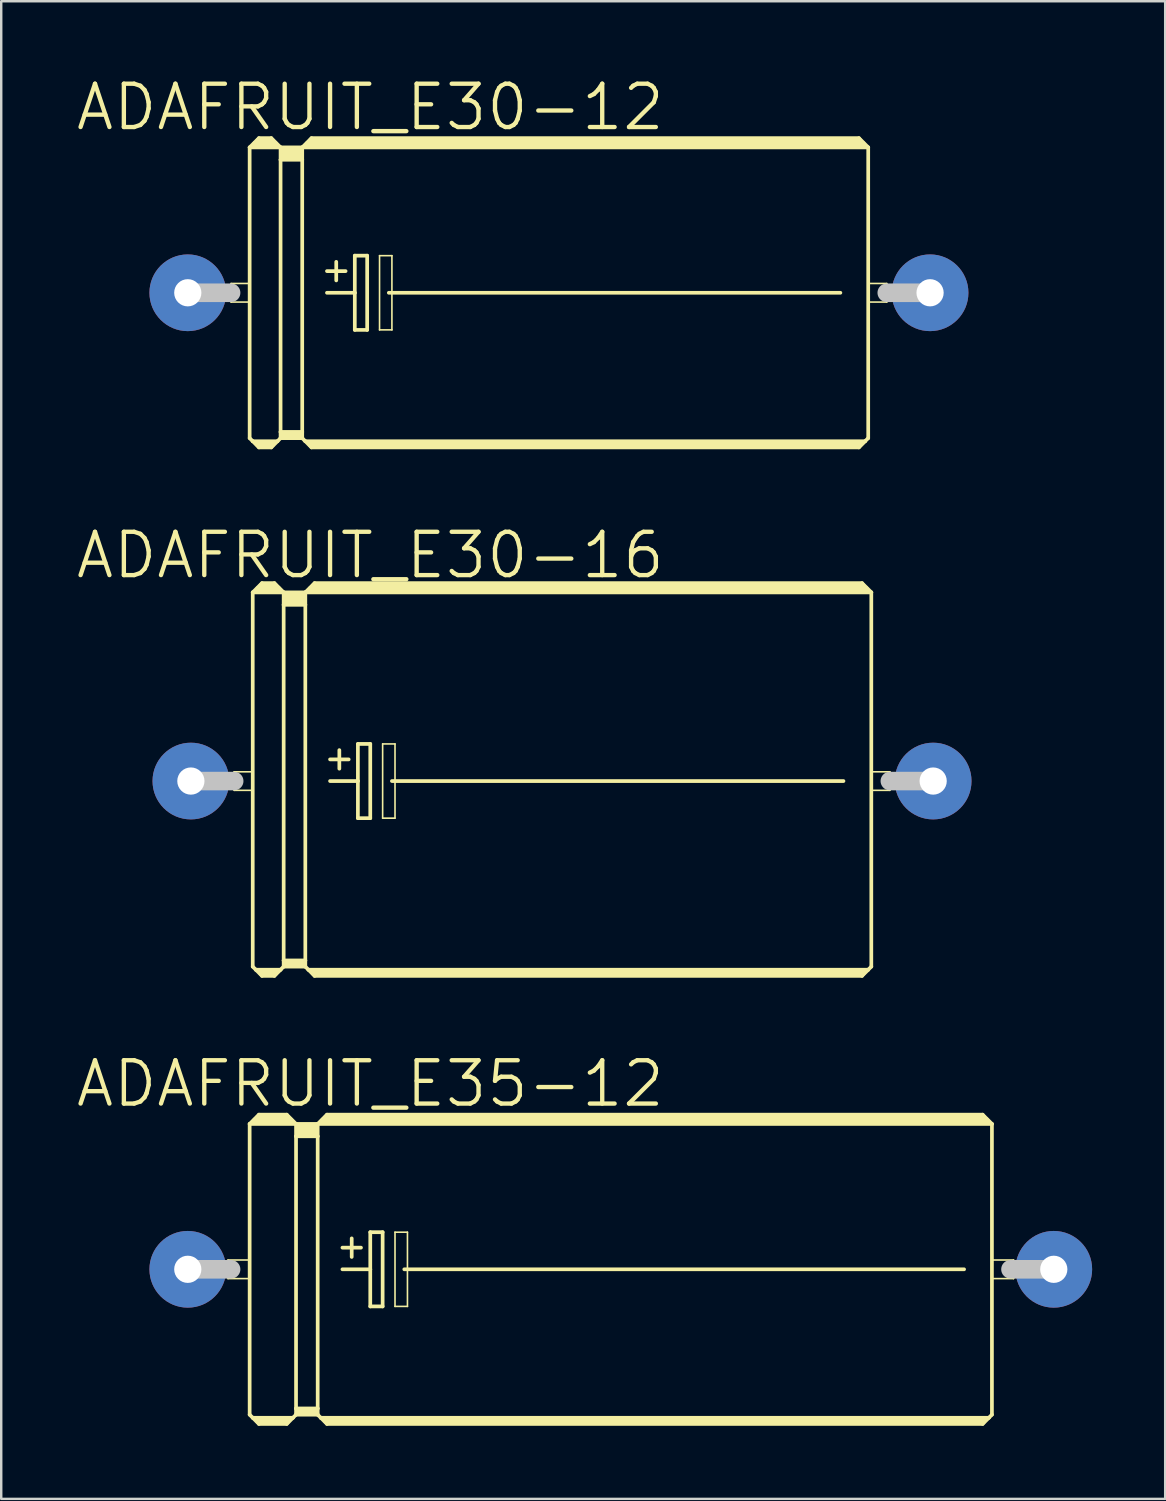
<source format=kicad_pcb>
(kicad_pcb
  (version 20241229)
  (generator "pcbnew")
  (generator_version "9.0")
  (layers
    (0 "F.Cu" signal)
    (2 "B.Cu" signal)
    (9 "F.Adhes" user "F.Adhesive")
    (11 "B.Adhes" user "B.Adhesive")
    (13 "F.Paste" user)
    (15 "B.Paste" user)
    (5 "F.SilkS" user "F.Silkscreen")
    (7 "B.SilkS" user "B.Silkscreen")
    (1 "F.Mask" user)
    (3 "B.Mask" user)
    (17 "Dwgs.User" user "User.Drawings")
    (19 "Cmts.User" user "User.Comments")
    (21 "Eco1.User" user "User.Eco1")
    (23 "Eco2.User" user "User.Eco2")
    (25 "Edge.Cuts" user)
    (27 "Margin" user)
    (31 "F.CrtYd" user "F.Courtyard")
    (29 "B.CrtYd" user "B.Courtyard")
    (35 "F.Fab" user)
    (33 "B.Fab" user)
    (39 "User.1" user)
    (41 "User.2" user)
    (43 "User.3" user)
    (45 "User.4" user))
  (footprint "ADAFRUIT_E35-12"
    (layer "F.Cu")
    (at 22.441 49.071)
    (property "Reference" "ADAFRUIT_E35-12" (at -10.287 -7.62 0) (layer "F.SilkS") (effects (font (size 1.778 1.778) (thickness 0.178))))
    (attr exclude_from_pos_files exclude_from_bom)
    (fp_line (start -16.129 -0.381) (end -15.24 -0.381) (stroke (width 0.066) (type solid)) (layer "F.SilkS"))
    (fp_line (start -16.129 0.381) (end -16.129 -0.381) (stroke (width 0.066) (type solid)) (layer "F.SilkS"))
    (fp_line (start -16.129 0.381) (end -15.24 0.381) (stroke (width 0.066) (type solid)) (layer "F.SilkS"))
    (fp_line (start -15.24 -5.969) (end -15.24 5.969) (stroke (width 0.152) (type solid)) (layer "F.SilkS"))
    (fp_line (start -15.24 -5.969) (end -14.859 -6.35) (stroke (width 0.152) (type solid)) (layer "F.SilkS"))
    (fp_line (start -15.24 -5.969) (end -13.335 -5.969) (stroke (width 0.152) (type solid)) (layer "F.SilkS"))
    (fp_line (start -15.24 0.381) (end -15.24 -0.381) (stroke (width 0.066) (type solid)) (layer "F.SilkS"))
    (fp_line (start -15.24 5.969) (end -15.113 6.096) (stroke (width 0.152) (type solid)) (layer "F.SilkS"))
    (fp_line (start -15.113 6.096) (end -14.859 6.35) (stroke (width 0.152) (type solid)) (layer "F.SilkS"))
    (fp_line (start -15.113 6.096) (end -13.462 6.096) (stroke (width 0.152) (type solid)) (layer "F.SilkS"))
    (fp_line (start -14.986 -6.096) (end -13.589 -6.096) (stroke (width 0.305) (type solid)) (layer "F.SilkS"))
    (fp_line (start -14.859 -6.35) (end -13.716 -6.35) (stroke (width 0.152) (type solid)) (layer "F.SilkS"))
    (fp_line (start -14.859 -6.223) (end -13.716 -6.223) (stroke (width 0.305) (type solid)) (layer "F.SilkS"))
    (fp_line (start -14.859 6.223) (end -13.716 6.223) (stroke (width 0.305) (type solid)) (layer "F.SilkS"))
    (fp_line (start -14.859 6.35) (end -13.716 6.35) (stroke (width 0.152) (type solid)) (layer "F.SilkS"))
    (fp_line (start -13.462 6.096) (end -13.716 6.35) (stroke (width 0.152) (type solid)) (layer "F.SilkS"))
    (fp_line (start -13.335 -5.969) (end -13.716 -6.35) (stroke (width 0.152) (type solid)) (layer "F.SilkS"))
    (fp_line (start -13.335 -5.969) (end -13.335 -5.461) (stroke (width 0.152) (type solid)) (layer "F.SilkS"))
    (fp_line (start -13.335 -5.969) (end -12.446 -5.969) (stroke (width 0.152) (type solid)) (layer "F.SilkS"))
    (fp_line (start -13.335 -5.461) (end -13.335 5.715) (stroke (width 0.152) (type solid)) (layer "F.SilkS"))
    (fp_line (start -13.335 -5.461) (end -12.446 -5.461) (stroke (width 0.152) (type solid)) (layer "F.SilkS"))
    (fp_line (start -13.335 5.715) (end -13.335 5.969) (stroke (width 0.152) (type solid)) (layer "F.SilkS"))
    (fp_line (start -13.335 5.715) (end -12.446 5.715) (stroke (width 0.152) (type solid)) (layer "F.SilkS"))
    (fp_line (start -13.335 5.969) (end -13.462 6.096) (stroke (width 0.152) (type solid)) (layer "F.SilkS"))
    (fp_line (start -13.335 5.969) (end -12.446 5.969) (stroke (width 0.152) (type solid)) (layer "F.SilkS"))
    (fp_line (start -13.208 -5.842) (end -12.573 -5.842) (stroke (width 0.305) (type solid)) (layer "F.SilkS"))
    (fp_line (start -13.208 -5.588) (end -12.573 -5.588) (stroke (width 0.305) (type solid)) (layer "F.SilkS"))
    (fp_line (start -13.208 5.842) (end -12.573 5.842) (stroke (width 0.305) (type solid)) (layer "F.SilkS"))
    (fp_line (start -12.446 -5.969) (end -12.446 -5.461) (stroke (width 0.152) (type solid)) (layer "F.SilkS"))
    (fp_line (start -12.446 -5.969) (end -12.065 -6.35) (stroke (width 0.152) (type solid)) (layer "F.SilkS"))
    (fp_line (start -12.446 -5.969) (end 15.24 -5.969) (stroke (width 0.152) (type solid)) (layer "F.SilkS"))
    (fp_line (start -12.446 -5.461) (end -12.446 5.715) (stroke (width 0.152) (type solid)) (layer "F.SilkS"))
    (fp_line (start -12.446 5.715) (end -12.446 5.969) (stroke (width 0.152) (type solid)) (layer "F.SilkS"))
    (fp_line (start -12.319 6.096) (end -12.446 5.969) (stroke (width 0.152) (type solid)) (layer "F.SilkS"))
    (fp_line (start -12.319 6.096) (end 15.113 6.096) (stroke (width 0.152) (type solid)) (layer "F.SilkS"))
    (fp_line (start -12.192 -6.096) (end 14.986 -6.096) (stroke (width 0.305) (type solid)) (layer "F.SilkS"))
    (fp_line (start -12.065 -6.223) (end 14.859 -6.223) (stroke (width 0.305) (type solid)) (layer "F.SilkS"))
    (fp_line (start -12.065 6.223) (end 14.859 6.223) (stroke (width 0.305) (type solid)) (layer "F.SilkS"))
    (fp_line (start -12.065 6.35) (end -12.319 6.096) (stroke (width 0.152) (type solid)) (layer "F.SilkS"))
    (fp_line (start -11.43 -0.889) (end -10.668 -0.889) (stroke (width 0.152) (type solid)) (layer "F.SilkS"))
    (fp_line (start -11.43 0) (end -10.287 0) (stroke (width 0.152) (type solid)) (layer "F.SilkS"))
    (fp_line (start -11.049 -1.27) (end -11.049 -0.508) (stroke (width 0.152) (type solid)) (layer "F.SilkS"))
    (fp_line (start -10.287 -1.524) (end -10.287 0) (stroke (width 0.152) (type solid)) (layer "F.SilkS"))
    (fp_line (start -10.287 0) (end -10.287 1.524) (stroke (width 0.152) (type solid)) (layer "F.SilkS"))
    (fp_line (start -10.287 1.524) (end -9.779 1.524) (stroke (width 0.152) (type solid)) (layer "F.SilkS"))
    (fp_line (start -9.779 -1.524) (end -10.287 -1.524) (stroke (width 0.152) (type solid)) (layer "F.SilkS"))
    (fp_line (start -9.779 1.524) (end -9.779 -1.524) (stroke (width 0.152) (type solid)) (layer "F.SilkS"))
    (fp_line (start -9.271 -1.524) (end -8.76 -1.524) (stroke (width 0.066) (type solid)) (layer "F.SilkS"))
    (fp_line (start -9.271 1.524) (end -9.271 -1.524) (stroke (width 0.066) (type solid)) (layer "F.SilkS"))
    (fp_line (start -9.271 1.524) (end -8.76 1.524) (stroke (width 0.066) (type solid)) (layer "F.SilkS"))
    (fp_line (start -8.89 0) (end 14.097 0) (stroke (width 0.152) (type solid)) (layer "F.SilkS"))
    (fp_line (start -8.76 1.524) (end -8.76 -1.524) (stroke (width 0.066) (type solid)) (layer "F.SilkS"))
    (fp_line (start 14.859 -6.35) (end -12.065 -6.35) (stroke (width 0.152) (type solid)) (layer "F.SilkS"))
    (fp_line (start 14.859 6.35) (end -12.065 6.35) (stroke (width 0.152) (type solid)) (layer "F.SilkS"))
    (fp_line (start 15.113 6.096) (end 14.859 6.35) (stroke (width 0.152) (type solid)) (layer "F.SilkS"))
    (fp_line (start 15.24 -5.969) (end 14.859 -6.35) (stroke (width 0.152) (type solid)) (layer "F.SilkS"))
    (fp_line (start 15.24 -5.969) (end 15.24 5.969) (stroke (width 0.152) (type solid)) (layer "F.SilkS"))
    (fp_line (start 15.24 -0.381) (end 16.129 -0.381) (stroke (width 0.066) (type solid)) (layer "F.SilkS"))
    (fp_line (start 15.24 0.381) (end 15.24 -0.381) (stroke (width 0.066) (type solid)) (layer "F.SilkS"))
    (fp_line (start 15.24 0.381) (end 16.129 0.381) (stroke (width 0.066) (type solid)) (layer "F.SilkS"))
    (fp_line (start 15.24 5.969) (end 15.113 6.096) (stroke (width 0.152) (type solid)) (layer "F.SilkS"))
    (fp_line (start 16.129 0.381) (end 16.129 -0.381) (stroke (width 0.066) (type solid)) (layer "F.SilkS"))
    (fp_line (start -17.78 0) (end -16.002 0) (stroke (width 0.762) (type solid)) (layer "Dwgs.User"))
    (fp_line (start 17.78 0) (end 16.002 0) (stroke (width 0.762) (type solid)) (layer "Dwgs.User"))
    (pad "+" thru_hole circle (at -17.78 0) (size 3.15 3.15) (drill 1.118) (layers "*.Cu" "*.Paste" "*.Mask"))
    (pad "-" thru_hole circle (at 17.78 0) (size 3.15 3.15) (drill 1.118) (layers "*.Cu" "*.Paste" "*.Mask")))
  (footprint "ADAFRUIT_E30-12"
    (layer "F.Cu")
    (at 19.901 8.972)
    (property "Reference" "ADAFRUIT_E30-12" (at -7.747 -7.62 0) (layer "F.SilkS") (effects (font (size 1.778 1.778) (thickness 0.178))))
    (attr exclude_from_pos_files exclude_from_bom)
    (fp_line (start -13.462 -0.381) (end -12.7 -0.381) (stroke (width 0.066) (type solid)) (layer "F.SilkS"))
    (fp_line (start -13.462 0.381) (end -13.462 -0.381) (stroke (width 0.066) (type solid)) (layer "F.SilkS"))
    (fp_line (start -13.462 0.381) (end -12.7 0.381) (stroke (width 0.066) (type solid)) (layer "F.SilkS"))
    (fp_line (start -12.7 -5.969) (end -12.7 5.969) (stroke (width 0.152) (type solid)) (layer "F.SilkS"))
    (fp_line (start -12.7 -5.969) (end -12.319 -6.35) (stroke (width 0.152) (type solid)) (layer "F.SilkS"))
    (fp_line (start -12.7 -5.969) (end -11.43 -5.969) (stroke (width 0.152) (type solid)) (layer "F.SilkS"))
    (fp_line (start -12.7 0.381) (end -12.7 -0.381) (stroke (width 0.066) (type solid)) (layer "F.SilkS"))
    (fp_line (start -12.7 5.969) (end -12.573 6.096) (stroke (width 0.152) (type solid)) (layer "F.SilkS"))
    (fp_line (start -12.573 6.096) (end -12.319 6.35) (stroke (width 0.152) (type solid)) (layer "F.SilkS"))
    (fp_line (start -12.573 6.096) (end -11.557 6.096) (stroke (width 0.152) (type solid)) (layer "F.SilkS"))
    (fp_line (start -12.446 -6.096) (end -11.684 -6.096) (stroke (width 0.305) (type solid)) (layer "F.SilkS"))
    (fp_line (start -12.319 -6.35) (end -11.811 -6.35) (stroke (width 0.152) (type solid)) (layer "F.SilkS"))
    (fp_line (start -12.319 -6.223) (end -11.811 -6.223) (stroke (width 0.305) (type solid)) (layer "F.SilkS"))
    (fp_line (start -12.319 6.223) (end -11.811 6.223) (stroke (width 0.305) (type solid)) (layer "F.SilkS"))
    (fp_line (start -12.319 6.35) (end -11.811 6.35) (stroke (width 0.152) (type solid)) (layer "F.SilkS"))
    (fp_line (start -11.557 6.096) (end -11.811 6.35) (stroke (width 0.152) (type solid)) (layer "F.SilkS"))
    (fp_line (start -11.43 -5.969) (end -11.811 -6.35) (stroke (width 0.152) (type solid)) (layer "F.SilkS"))
    (fp_line (start -11.43 -5.969) (end -11.43 -5.461) (stroke (width 0.152) (type solid)) (layer "F.SilkS"))
    (fp_line (start -11.43 -5.969) (end -10.541 -5.969) (stroke (width 0.152) (type solid)) (layer "F.SilkS"))
    (fp_line (start -11.43 -5.461) (end -11.43 5.715) (stroke (width 0.152) (type solid)) (layer "F.SilkS"))
    (fp_line (start -11.43 -5.461) (end -10.541 -5.461) (stroke (width 0.152) (type solid)) (layer "F.SilkS"))
    (fp_line (start -11.43 5.715) (end -11.43 5.969) (stroke (width 0.152) (type solid)) (layer "F.SilkS"))
    (fp_line (start -11.43 5.715) (end -10.541 5.715) (stroke (width 0.152) (type solid)) (layer "F.SilkS"))
    (fp_line (start -11.43 5.969) (end -11.557 6.096) (stroke (width 0.152) (type solid)) (layer "F.SilkS"))
    (fp_line (start -11.43 5.969) (end -10.541 5.969) (stroke (width 0.152) (type solid)) (layer "F.SilkS"))
    (fp_line (start -11.303 -5.842) (end -10.668 -5.842) (stroke (width 0.305) (type solid)) (layer "F.SilkS"))
    (fp_line (start -11.303 -5.588) (end -10.668 -5.588) (stroke (width 0.305) (type solid)) (layer "F.SilkS"))
    (fp_line (start -11.303 5.842) (end -10.668 5.842) (stroke (width 0.305) (type solid)) (layer "F.SilkS"))
    (fp_line (start -10.541 -5.969) (end -10.541 -5.461) (stroke (width 0.152) (type solid)) (layer "F.SilkS"))
    (fp_line (start -10.541 -5.969) (end -10.16 -6.35) (stroke (width 0.152) (type solid)) (layer "F.SilkS"))
    (fp_line (start -10.541 -5.969) (end 12.7 -5.969) (stroke (width 0.152) (type solid)) (layer "F.SilkS"))
    (fp_line (start -10.541 -5.461) (end -10.541 5.715) (stroke (width 0.152) (type solid)) (layer "F.SilkS"))
    (fp_line (start -10.541 5.715) (end -10.541 5.969) (stroke (width 0.152) (type solid)) (layer "F.SilkS"))
    (fp_line (start -10.414 6.096) (end -10.541 5.969) (stroke (width 0.152) (type solid)) (layer "F.SilkS"))
    (fp_line (start -10.414 6.096) (end 12.573 6.096) (stroke (width 0.152) (type solid)) (layer "F.SilkS"))
    (fp_line (start -10.287 -6.096) (end 12.446 -6.096) (stroke (width 0.305) (type solid)) (layer "F.SilkS"))
    (fp_line (start -10.16 -6.223) (end 12.319 -6.223) (stroke (width 0.305) (type solid)) (layer "F.SilkS"))
    (fp_line (start -10.16 6.223) (end 12.319 6.223) (stroke (width 0.305) (type solid)) (layer "F.SilkS"))
    (fp_line (start -10.16 6.35) (end -10.414 6.096) (stroke (width 0.152) (type solid)) (layer "F.SilkS"))
    (fp_line (start -9.525 -0.889) (end -8.76 -0.889) (stroke (width 0.152) (type solid)) (layer "F.SilkS"))
    (fp_line (start -9.525 0) (end -8.382 0) (stroke (width 0.152) (type solid)) (layer "F.SilkS"))
    (fp_line (start -9.144 -1.27) (end -9.144 -0.508) (stroke (width 0.152) (type solid)) (layer "F.SilkS"))
    (fp_line (start -8.382 -1.524) (end -8.382 0) (stroke (width 0.152) (type solid)) (layer "F.SilkS"))
    (fp_line (start -8.382 0) (end -8.382 1.524) (stroke (width 0.152) (type solid)) (layer "F.SilkS"))
    (fp_line (start -8.382 1.524) (end -7.874 1.524) (stroke (width 0.152) (type solid)) (layer "F.SilkS"))
    (fp_line (start -7.874 -1.524) (end -8.382 -1.524) (stroke (width 0.152) (type solid)) (layer "F.SilkS"))
    (fp_line (start -7.874 1.524) (end -7.874 -1.524) (stroke (width 0.152) (type solid)) (layer "F.SilkS"))
    (fp_line (start -7.366 -1.524) (end -6.858 -1.524) (stroke (width 0.066) (type solid)) (layer "F.SilkS"))
    (fp_line (start -7.366 1.524) (end -7.366 -1.524) (stroke (width 0.066) (type solid)) (layer "F.SilkS"))
    (fp_line (start -7.366 1.524) (end -6.858 1.524) (stroke (width 0.066) (type solid)) (layer "F.SilkS"))
    (fp_line (start -6.985 0) (end 11.557 0) (stroke (width 0.152) (type solid)) (layer "F.SilkS"))
    (fp_line (start -6.858 1.524) (end -6.858 -1.524) (stroke (width 0.066) (type solid)) (layer "F.SilkS"))
    (fp_line (start 12.319 -6.35) (end -10.16 -6.35) (stroke (width 0.152) (type solid)) (layer "F.SilkS"))
    (fp_line (start 12.319 6.35) (end -10.16 6.35) (stroke (width 0.152) (type solid)) (layer "F.SilkS"))
    (fp_line (start 12.573 6.096) (end 12.319 6.35) (stroke (width 0.152) (type solid)) (layer "F.SilkS"))
    (fp_line (start 12.7 -5.969) (end 12.319 -6.35) (stroke (width 0.152) (type solid)) (layer "F.SilkS"))
    (fp_line (start 12.7 -5.969) (end 12.7 5.969) (stroke (width 0.152) (type solid)) (layer "F.SilkS"))
    (fp_line (start 12.7 -0.381) (end 13.462 -0.381) (stroke (width 0.066) (type solid)) (layer "F.SilkS"))
    (fp_line (start 12.7 0.381) (end 12.7 -0.381) (stroke (width 0.066) (type solid)) (layer "F.SilkS"))
    (fp_line (start 12.7 0.381) (end 13.462 0.381) (stroke (width 0.066) (type solid)) (layer "F.SilkS"))
    (fp_line (start 12.7 5.969) (end 12.573 6.096) (stroke (width 0.152) (type solid)) (layer "F.SilkS"))
    (fp_line (start 13.462 0.381) (end 13.462 -0.381) (stroke (width 0.066) (type solid)) (layer "F.SilkS"))
    (fp_line (start -15.24 0) (end -13.462 0) (stroke (width 0.762) (type solid)) (layer "Dwgs.User"))
    (fp_line (start 15.24 0) (end 13.462 0) (stroke (width 0.762) (type solid)) (layer "Dwgs.User"))
    (pad "+" thru_hole circle (at -15.24 0) (size 3.15 3.15) (drill 1.118) (layers "*.Cu" "*.Paste" "*.Mask"))
    (pad "-" thru_hole circle (at 15.24 0) (size 3.15 3.15) (drill 1.118) (layers "*.Cu" "*.Paste" "*.Mask")))
  (footprint "ADAFRUIT_E30-16"
    (layer "F.Cu")
    (at 20.028 29.022)
    (property "Reference" "ADAFRUIT_E30-16" (at -7.874 -9.271 0) (layer "F.SilkS") (effects (font (size 1.778 1.778) (thickness 0.178))))
    (attr exclude_from_pos_files exclude_from_bom)
    (fp_line (start -13.462 -0.381) (end -12.7 -0.381) (stroke (width 0.066) (type solid)) (layer "F.SilkS"))
    (fp_line (start -13.462 0.381) (end -13.462 -0.381) (stroke (width 0.066) (type solid)) (layer "F.SilkS"))
    (fp_line (start -13.462 0.381) (end -12.7 0.381) (stroke (width 0.066) (type solid)) (layer "F.SilkS"))
    (fp_line (start -12.7 -7.747) (end -12.7 7.62) (stroke (width 0.152) (type solid)) (layer "F.SilkS"))
    (fp_line (start -12.7 -7.747) (end -12.319 -8.128) (stroke (width 0.152) (type solid)) (layer "F.SilkS"))
    (fp_line (start -12.7 -7.747) (end -11.43 -7.747) (stroke (width 0.152) (type solid)) (layer "F.SilkS"))
    (fp_line (start -12.7 0.381) (end -12.7 -0.381) (stroke (width 0.066) (type solid)) (layer "F.SilkS"))
    (fp_line (start -12.7 7.62) (end -12.573 7.747) (stroke (width 0.152) (type solid)) (layer "F.SilkS"))
    (fp_line (start -12.573 7.747) (end -12.319 8.001) (stroke (width 0.152) (type solid)) (layer "F.SilkS"))
    (fp_line (start -12.573 7.747) (end -11.557 7.747) (stroke (width 0.152) (type solid)) (layer "F.SilkS"))
    (fp_line (start -12.446 -7.874) (end -11.684 -7.874) (stroke (width 0.305) (type solid)) (layer "F.SilkS"))
    (fp_line (start -12.319 -8.128) (end -11.811 -8.128) (stroke (width 0.152) (type solid)) (layer "F.SilkS"))
    (fp_line (start -12.319 -8.001) (end -11.811 -8.001) (stroke (width 0.305) (type solid)) (layer "F.SilkS"))
    (fp_line (start -12.319 7.874) (end -11.811 7.874) (stroke (width 0.305) (type solid)) (layer "F.SilkS"))
    (fp_line (start -12.319 8.001) (end -11.811 8.001) (stroke (width 0.152) (type solid)) (layer "F.SilkS"))
    (fp_line (start -11.557 7.747) (end -11.811 8.001) (stroke (width 0.152) (type solid)) (layer "F.SilkS"))
    (fp_line (start -11.43 -7.747) (end -11.811 -8.128) (stroke (width 0.152) (type solid)) (layer "F.SilkS"))
    (fp_line (start -11.43 -7.747) (end -11.43 -7.236) (stroke (width 0.152) (type solid)) (layer "F.SilkS"))
    (fp_line (start -11.43 -7.747) (end -10.541 -7.747) (stroke (width 0.152) (type solid)) (layer "F.SilkS"))
    (fp_line (start -11.43 -7.236) (end -11.43 7.366) (stroke (width 0.152) (type solid)) (layer "F.SilkS"))
    (fp_line (start -11.43 -7.236) (end -10.541 -7.236) (stroke (width 0.152) (type solid)) (layer "F.SilkS"))
    (fp_line (start -11.43 7.366) (end -11.43 7.62) (stroke (width 0.152) (type solid)) (layer "F.SilkS"))
    (fp_line (start -11.43 7.366) (end -10.541 7.366) (stroke (width 0.152) (type solid)) (layer "F.SilkS"))
    (fp_line (start -11.43 7.62) (end -11.557 7.747) (stroke (width 0.152) (type solid)) (layer "F.SilkS"))
    (fp_line (start -11.43 7.62) (end -10.541 7.62) (stroke (width 0.152) (type solid)) (layer "F.SilkS"))
    (fp_line (start -11.303 -7.62) (end -10.668 -7.62) (stroke (width 0.305) (type solid)) (layer "F.SilkS"))
    (fp_line (start -11.303 -7.366) (end -10.668 -7.366) (stroke (width 0.305) (type solid)) (layer "F.SilkS"))
    (fp_line (start -11.303 7.493) (end -10.668 7.493) (stroke (width 0.305) (type solid)) (layer "F.SilkS"))
    (fp_line (start -10.541 -7.747) (end -10.541 -7.236) (stroke (width 0.152) (type solid)) (layer "F.SilkS"))
    (fp_line (start -10.541 -7.747) (end -10.16 -8.128) (stroke (width 0.152) (type solid)) (layer "F.SilkS"))
    (fp_line (start -10.541 -7.747) (end 12.7 -7.747) (stroke (width 0.152) (type solid)) (layer "F.SilkS"))
    (fp_line (start -10.541 -7.236) (end -10.541 7.366) (stroke (width 0.152) (type solid)) (layer "F.SilkS"))
    (fp_line (start -10.541 7.366) (end -10.541 7.62) (stroke (width 0.152) (type solid)) (layer "F.SilkS"))
    (fp_line (start -10.414 7.747) (end -10.541 7.62) (stroke (width 0.152) (type solid)) (layer "F.SilkS"))
    (fp_line (start -10.414 7.747) (end 12.573 7.747) (stroke (width 0.152) (type solid)) (layer "F.SilkS"))
    (fp_line (start -10.287 -7.874) (end 12.446 -7.874) (stroke (width 0.305) (type solid)) (layer "F.SilkS"))
    (fp_line (start -10.16 -8.001) (end 12.319 -8.001) (stroke (width 0.305) (type solid)) (layer "F.SilkS"))
    (fp_line (start -10.16 7.874) (end 12.319 7.874) (stroke (width 0.305) (type solid)) (layer "F.SilkS"))
    (fp_line (start -10.16 8.001) (end -10.414 7.747) (stroke (width 0.152) (type solid)) (layer "F.SilkS"))
    (fp_line (start -9.525 -0.889) (end -8.76 -0.889) (stroke (width 0.152) (type solid)) (layer "F.SilkS"))
    (fp_line (start -9.525 0) (end -8.382 0) (stroke (width 0.152) (type solid)) (layer "F.SilkS"))
    (fp_line (start -9.144 -1.27) (end -9.144 -0.508) (stroke (width 0.152) (type solid)) (layer "F.SilkS"))
    (fp_line (start -8.382 -1.524) (end -8.382 0) (stroke (width 0.152) (type solid)) (layer "F.SilkS"))
    (fp_line (start -8.382 0) (end -8.382 1.524) (stroke (width 0.152) (type solid)) (layer "F.SilkS"))
    (fp_line (start -8.382 1.524) (end -7.874 1.524) (stroke (width 0.152) (type solid)) (layer "F.SilkS"))
    (fp_line (start -7.874 -1.524) (end -8.382 -1.524) (stroke (width 0.152) (type solid)) (layer "F.SilkS"))
    (fp_line (start -7.874 1.524) (end -7.874 -1.524) (stroke (width 0.152) (type solid)) (layer "F.SilkS"))
    (fp_line (start -7.366 -1.524) (end -6.858 -1.524) (stroke (width 0.066) (type solid)) (layer "F.SilkS"))
    (fp_line (start -7.366 1.524) (end -7.366 -1.524) (stroke (width 0.066) (type solid)) (layer "F.SilkS"))
    (fp_line (start -7.366 1.524) (end -6.858 1.524) (stroke (width 0.066) (type solid)) (layer "F.SilkS"))
    (fp_line (start -6.985 0) (end 11.557 0) (stroke (width 0.152) (type solid)) (layer "F.SilkS"))
    (fp_line (start -6.858 1.524) (end -6.858 -1.524) (stroke (width 0.066) (type solid)) (layer "F.SilkS"))
    (fp_line (start 12.319 -8.128) (end -10.16 -8.128) (stroke (width 0.152) (type solid)) (layer "F.SilkS"))
    (fp_line (start 12.319 8.001) (end -10.16 8.001) (stroke (width 0.152) (type solid)) (layer "F.SilkS"))
    (fp_line (start 12.573 7.747) (end 12.319 8.001) (stroke (width 0.152) (type solid)) (layer "F.SilkS"))
    (fp_line (start 12.7 -7.747) (end 12.319 -8.128) (stroke (width 0.152) (type solid)) (layer "F.SilkS"))
    (fp_line (start 12.7 -7.747) (end 12.7 7.62) (stroke (width 0.152) (type solid)) (layer "F.SilkS"))
    (fp_line (start 12.7 -0.381) (end 13.462 -0.381) (stroke (width 0.066) (type solid)) (layer "F.SilkS"))
    (fp_line (start 12.7 0.381) (end 12.7 -0.381) (stroke (width 0.066) (type solid)) (layer "F.SilkS"))
    (fp_line (start 12.7 0.381) (end 13.462 0.381) (stroke (width 0.066) (type solid)) (layer "F.SilkS"))
    (fp_line (start 12.7 7.62) (end 12.573 7.747) (stroke (width 0.152) (type solid)) (layer "F.SilkS"))
    (fp_line (start 13.462 0.381) (end 13.462 -0.381) (stroke (width 0.066) (type solid)) (layer "F.SilkS"))
    (fp_line (start -15.24 0) (end -13.462 0) (stroke (width 0.762) (type solid)) (layer "Dwgs.User"))
    (fp_line (start 15.24 0) (end 13.462 0) (stroke (width 0.762) (type solid)) (layer "Dwgs.User"))
    (pad "+" thru_hole circle (at -15.24 0) (size 3.15 3.15) (drill 1.118) (layers "*.Cu" "*.Paste" "*.Mask"))
    (pad "-" thru_hole circle (at 15.24 0) (size 3.15 3.15) (drill 1.118) (layers "*.Cu" "*.Paste" "*.Mask")))
  (gr_rect
    (start -3 -3)
    (end 44.796 58.497)
    (stroke (width 0.1) (type default))
    (fill no)
    (layer "Edge.Cuts")))
</source>
